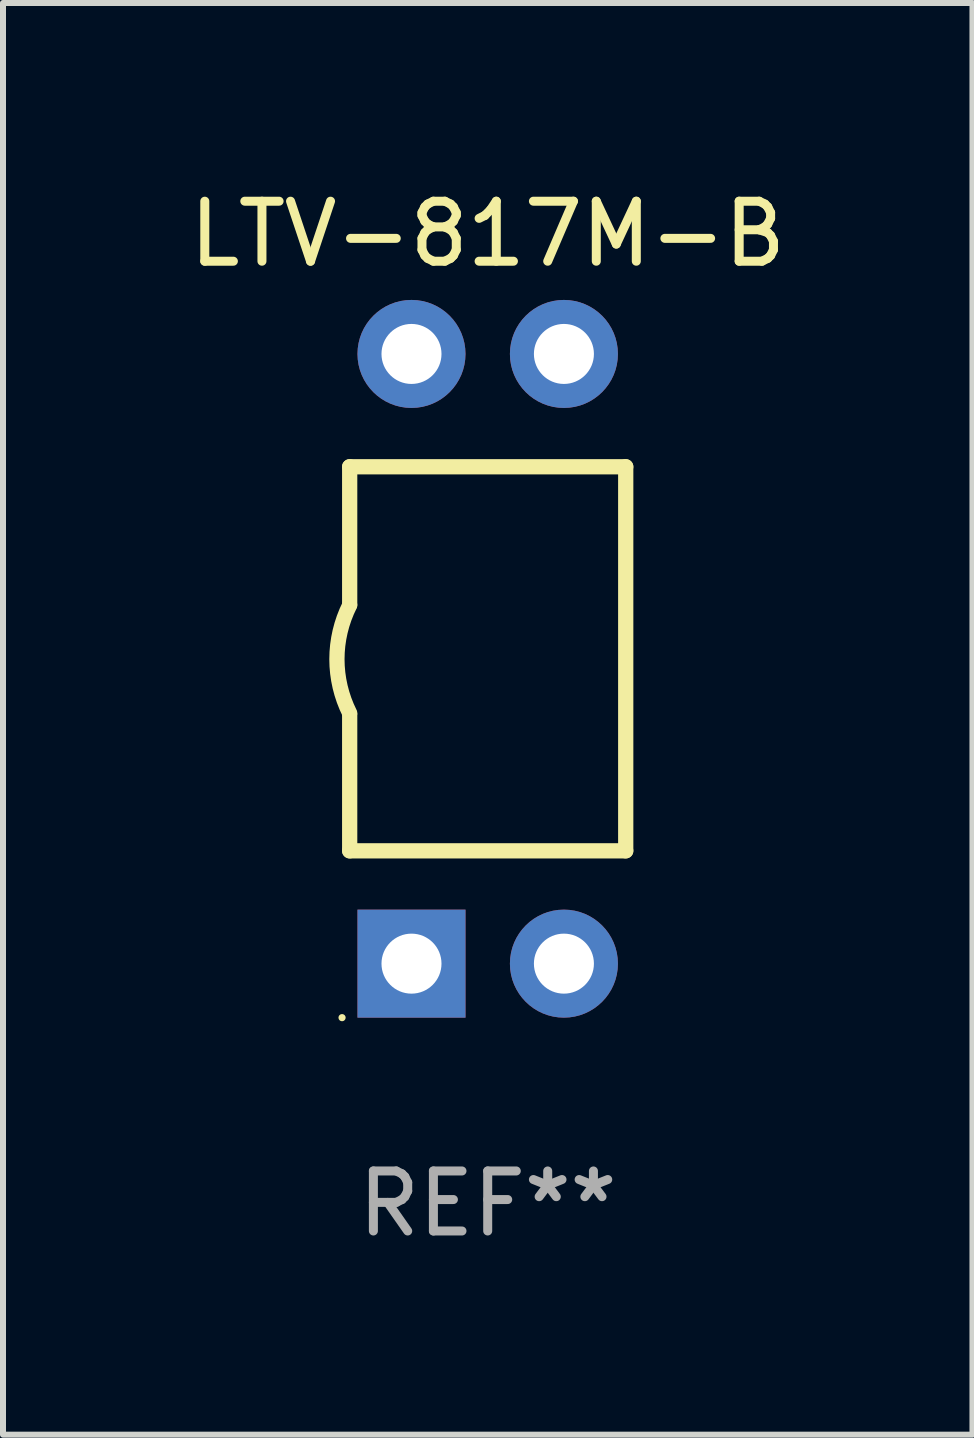
<source format=kicad_pcb>
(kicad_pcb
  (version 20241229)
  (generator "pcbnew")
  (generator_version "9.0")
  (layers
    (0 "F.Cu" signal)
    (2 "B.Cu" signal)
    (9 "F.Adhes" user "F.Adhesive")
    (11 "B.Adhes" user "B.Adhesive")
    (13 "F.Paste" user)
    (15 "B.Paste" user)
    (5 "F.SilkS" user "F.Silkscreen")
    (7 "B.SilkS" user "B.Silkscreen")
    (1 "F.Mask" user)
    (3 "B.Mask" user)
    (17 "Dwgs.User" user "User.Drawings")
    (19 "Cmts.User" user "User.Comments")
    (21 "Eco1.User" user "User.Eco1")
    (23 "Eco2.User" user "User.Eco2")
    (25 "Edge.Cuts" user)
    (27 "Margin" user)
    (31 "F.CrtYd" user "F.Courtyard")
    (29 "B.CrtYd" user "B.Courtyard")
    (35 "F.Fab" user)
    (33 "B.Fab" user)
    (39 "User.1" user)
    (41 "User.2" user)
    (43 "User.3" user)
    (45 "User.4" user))
  (footprint "LTV-817M-B"
    (layer "F.Cu")
    (at 5.077 7.928)
    (property "Reference" "LTV-817M-B" (at 0 -7.08 0) (layer "F.SilkS") (effects (font (size 1 1) (thickness 0.15))))
    (attr through_hole)
    (fp_line (start -2.3 -3.2) (end 2.3 -3.2) (stroke (width 0.254) (type solid)) (layer "F.SilkS"))
    (fp_line (start -2.3 -0.902) (end -2.3 -3.2) (stroke (width 0.254) (type solid)) (layer "F.SilkS"))
    (fp_line (start -2.3 3.2) (end -2.3 0.928) (stroke (width 0.254) (type solid)) (layer "F.SilkS"))
    (fp_line (start -2.3 3.2) (end 2.3 3.2) (stroke (width 0.254) (type solid)) (layer "F.SilkS"))
    (fp_line (start 2.3 3.2) (end 2.3 -3.2) (stroke (width 0.254) (type solid)) (layer "F.SilkS"))
    (fp_arc (start -2.3 0.907036) (mid -2.512563 0.006604) (end -2.3 -0.893828) (stroke (width 0.254001) (type solid)) (layer "F.SilkS"))
    (fp_circle (center -2.427 5.98) (end -2.397 5.98) (stroke (width 0.06) (type solid)) (fill no) (layer "F.SilkS"))
    (fp_text user "REF**" (at 0 9.08 0) (layer "F.Fab") (effects (font (size 1 1) (thickness 0.15))))
    (pad "1" thru_hole rect (at -1.27 5.08 90) (size 1.8 1.8) (drill 1) (layers "*.Cu" "*.Mask"))
    (pad "2" thru_hole circle (at 1.27 5.08) (size 1.8 1.8) (drill 1) (layers "*.Cu" "*.Mask"))
    (pad "3" thru_hole circle (at 1.27 -5.08) (size 1.8 1.8) (drill 1) (layers "*.Cu" "*.Mask"))
    (pad "4" thru_hole circle (at -1.27 -5.08) (size 1.8 1.8) (drill 1) (layers "*.Cu" "*.Mask")))
  (gr_rect
    (start -3 -3)
    (end 13.155 20.857)
    (stroke (width 0.1) (type default))
    (fill no)
    (layer "Edge.Cuts")))
</source>
